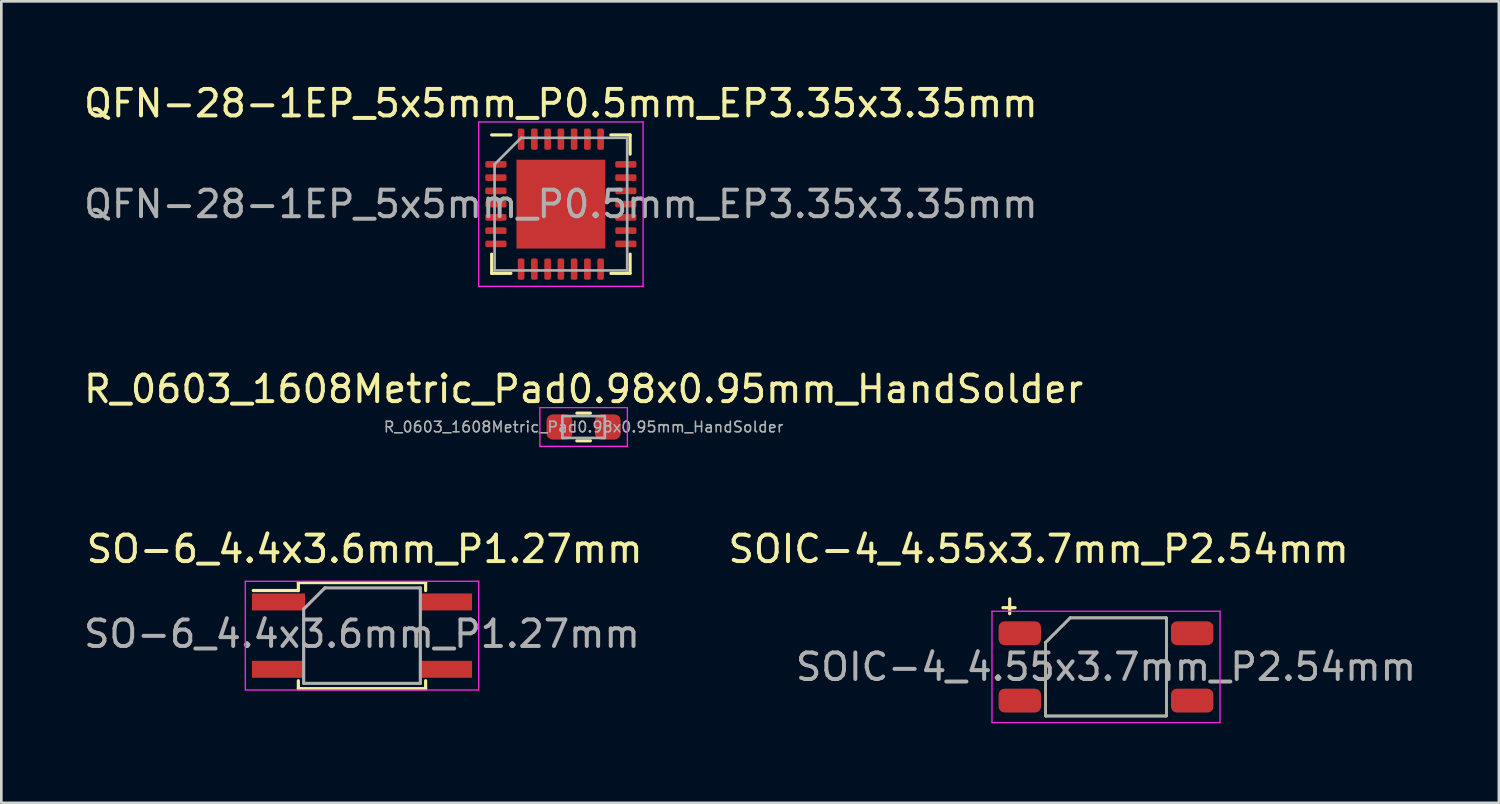
<source format=kicad_pcb>
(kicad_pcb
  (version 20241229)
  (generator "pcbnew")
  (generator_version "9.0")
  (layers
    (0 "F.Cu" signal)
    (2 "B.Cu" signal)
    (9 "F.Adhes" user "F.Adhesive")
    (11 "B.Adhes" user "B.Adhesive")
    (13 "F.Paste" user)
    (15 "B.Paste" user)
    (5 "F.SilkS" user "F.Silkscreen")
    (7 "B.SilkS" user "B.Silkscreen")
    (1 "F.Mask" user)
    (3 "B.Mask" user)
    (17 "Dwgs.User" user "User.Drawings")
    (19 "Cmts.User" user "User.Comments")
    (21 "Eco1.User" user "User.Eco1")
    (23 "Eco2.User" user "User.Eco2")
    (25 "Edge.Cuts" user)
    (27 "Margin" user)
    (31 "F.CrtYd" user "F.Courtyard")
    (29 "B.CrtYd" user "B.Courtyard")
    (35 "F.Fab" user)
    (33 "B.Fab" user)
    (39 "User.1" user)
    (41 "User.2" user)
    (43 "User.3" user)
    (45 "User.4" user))
  (footprint "SOIC-4_4.55x3.7mm_P2.54mm"
    (layer "F.Cu")
    (at 38.658 22.1)
    (property "Reference" "SOIC-4_4.55x3.7mm_P2.54mm" (at -2.54 -4.445 0) (layer "F.SilkS") (effects (font (size 1 1) (thickness 0.15))))
    (attr smd)
    (fp_line (start -3.886 -2.235) (end -3.429 -2.235) (stroke (width 0.12) (type solid)) (layer "F.SilkS"))
    (fp_line (start -3.632 -2.565) (end -3.632 -2.007) (stroke (width 0.12) (type solid)) (layer "F.SilkS"))
    (fp_line (start -2.275 -0.925) (end -1.35 -1.85) (stroke (width 0.1) (type solid)) (layer "F.SilkS"))
    (fp_line (start -2.275 1.85) (end -2.275 -0.925) (stroke (width 0.1) (type solid)) (layer "F.SilkS"))
    (fp_line (start -1.35 -1.85) (end 2.275 -1.85) (stroke (width 0.1) (type solid)) (layer "F.SilkS"))
    (fp_line (start 2.275 -1.85) (end 2.275 1.85) (stroke (width 0.1) (type solid)) (layer "F.SilkS"))
    (fp_line (start 2.275 1.85) (end -2.275 1.85) (stroke (width 0.1) (type solid)) (layer "F.SilkS"))
    (fp_line (start -4.3 -2.1) (end -4.3 2.1) (stroke (width 0.05) (type solid)) (layer "F.CrtYd"))
    (fp_line (start -4.3 2.1) (end 4.3 2.1) (stroke (width 0.05) (type solid)) (layer "F.CrtYd"))
    (fp_line (start 4.3 -2.1) (end -4.3 -2.1) (stroke (width 0.05) (type solid)) (layer "F.CrtYd"))
    (fp_line (start 4.3 2.1) (end 4.3 -2.1) (stroke (width 0.05) (type solid)) (layer "F.CrtYd"))
    (fp_line (start -2.275 -0.925) (end -1.35 -1.85) (stroke (width 0.1) (type solid)) (layer "F.Fab"))
    (fp_line (start -2.275 1.85) (end -2.275 -0.925) (stroke (width 0.1) (type solid)) (layer "F.Fab"))
    (fp_line (start -1.35 -1.85) (end 2.275 -1.85) (stroke (width 0.1) (type solid)) (layer "F.Fab"))
    (fp_line (start 2.275 -1.85) (end 2.275 1.85) (stroke (width 0.1) (type solid)) (layer "F.Fab"))
    (fp_line (start 2.275 1.85) (end -2.275 1.85) (stroke (width 0.1) (type solid)) (layer "F.Fab"))
    (fp_text user "${REFERENCE}" (at 0 0 0) (layer "F.Fab") (effects (font (size 1 1) (thickness 0.15))))
    (pad "1" smd roundrect (at -3.25 -1.27) (size 1.6 0.9) (layers "F.Cu" "F.Mask" "F.Paste") (roundrect_rratio 0.25))
    (pad "2" smd roundrect (at -3.25 1.27) (size 1.6 0.9) (layers "F.Cu" "F.Mask" "F.Paste") (roundrect_rratio 0.25))
    (pad "3" smd roundrect (at 3.25 1.27) (size 1.6 0.9) (layers "F.Cu" "F.Mask" "F.Paste") (roundrect_rratio 0.25))
    (pad "4" smd roundrect (at 3.25 -1.27) (size 1.6 0.9) (layers "F.Cu" "F.Mask" "F.Paste") (roundrect_rratio 0.25)))
  (footprint "QFN-28-1EP_5x5mm_P0.5mm_EP3.35x3.35mm"
    (layer "F.Cu")
    (at 18.101 4.648)
    (property "Reference" "QFN-28-1EP_5x5mm_P0.5mm_EP3.35x3.35mm" (at 0 -3.8 0) (layer "F.SilkS") (effects (font (size 1 1) (thickness 0.15))))
    (attr smd)
    (fp_line (start -2.61 2.61) (end -2.61 1.885) (stroke (width 0.12) (type solid)) (layer "F.SilkS"))
    (fp_line (start -1.885 -2.61) (end -2.61 -2.61) (stroke (width 0.12) (type solid)) (layer "F.SilkS"))
    (fp_line (start -1.885 2.61) (end -2.61 2.61) (stroke (width 0.12) (type solid)) (layer "F.SilkS"))
    (fp_line (start 1.885 -2.61) (end 2.61 -2.61) (stroke (width 0.12) (type solid)) (layer "F.SilkS"))
    (fp_line (start 1.885 2.61) (end 2.61 2.61) (stroke (width 0.12) (type solid)) (layer "F.SilkS"))
    (fp_line (start 2.61 -2.61) (end 2.61 -1.885) (stroke (width 0.12) (type solid)) (layer "F.SilkS"))
    (fp_line (start 2.61 2.61) (end 2.61 1.885) (stroke (width 0.12) (type solid)) (layer "F.SilkS"))
    (fp_line (start -3.1 -3.1) (end -3.1 3.1) (stroke (width 0.05) (type solid)) (layer "F.CrtYd"))
    (fp_line (start -3.1 3.1) (end 3.1 3.1) (stroke (width 0.05) (type solid)) (layer "F.CrtYd"))
    (fp_line (start 3.1 -3.1) (end -3.1 -3.1) (stroke (width 0.05) (type solid)) (layer "F.CrtYd"))
    (fp_line (start 3.1 3.1) (end 3.1 -3.1) (stroke (width 0.05) (type solid)) (layer "F.CrtYd"))
    (fp_line (start -2.5 -1.5) (end -1.5 -2.5) (stroke (width 0.1) (type solid)) (layer "F.Fab"))
    (fp_line (start -2.5 2.5) (end -2.5 -1.5) (stroke (width 0.1) (type solid)) (layer "F.Fab"))
    (fp_line (start -1.5 -2.5) (end 2.5 -2.5) (stroke (width 0.1) (type solid)) (layer "F.Fab"))
    (fp_line (start 2.5 -2.5) (end 2.5 2.5) (stroke (width 0.1) (type solid)) (layer "F.Fab"))
    (fp_line (start 2.5 2.5) (end -2.5 2.5) (stroke (width 0.1) (type solid)) (layer "F.Fab"))
    (fp_text user "${REFERENCE}" (at 0 0 0) (layer "F.Fab") (effects (font (size 1 1) (thickness 0.15))))
    (pad "" smd roundrect (at -1.12 -1.12) (size 0.9 0.9) (layers "F.Paste") (roundrect_rratio 0.25))
    (pad "" smd roundrect (at -1.12 0) (size 0.9 0.9) (layers "F.Paste") (roundrect_rratio 0.25))
    (pad "" smd roundrect (at -1.12 1.12) (size 0.9 0.9) (layers "F.Paste") (roundrect_rratio 0.25))
    (pad "" smd roundrect (at 0 -1.12) (size 0.9 0.9) (layers "F.Paste") (roundrect_rratio 0.25))
    (pad "" smd roundrect (at 0 0) (size 0.9 0.9) (layers "F.Paste") (roundrect_rratio 0.25))
    (pad "" smd roundrect (at 0 1.12) (size 0.9 0.9) (layers "F.Paste") (roundrect_rratio 0.25))
    (pad "" smd roundrect (at 1.12 -1.12) (size 0.9 0.9) (layers "F.Paste") (roundrect_rratio 0.25))
    (pad "" smd roundrect (at 1.12 0) (size 0.9 0.9) (layers "F.Paste") (roundrect_rratio 0.25))
    (pad "" smd roundrect (at 1.12 1.12) (size 0.9 0.9) (layers "F.Paste") (roundrect_rratio 0.25))
    (pad "1" smd roundrect (at -2.45 -1.5) (size 0.8 0.25) (layers "F.Cu" "F.Mask" "F.Paste") (roundrect_rratio 0.25))
    (pad "2" smd roundrect (at -2.45 -1) (size 0.8 0.25) (layers "F.Cu" "F.Mask" "F.Paste") (roundrect_rratio 0.25))
    (pad "3" smd roundrect (at -2.45 -0.5) (size 0.8 0.25) (layers "F.Cu" "F.Mask" "F.Paste") (roundrect_rratio 0.25))
    (pad "4" smd roundrect (at -2.45 0) (size 0.8 0.25) (layers "F.Cu" "F.Mask" "F.Paste") (roundrect_rratio 0.25))
    (pad "5" smd roundrect (at -2.45 0.5) (size 0.8 0.25) (layers "F.Cu" "F.Mask" "F.Paste") (roundrect_rratio 0.25))
    (pad "6" smd roundrect (at -2.45 1) (size 0.8 0.25) (layers "F.Cu" "F.Mask" "F.Paste") (roundrect_rratio 0.25))
    (pad "7" smd roundrect (at -2.45 1.5) (size 0.8 0.25) (layers "F.Cu" "F.Mask" "F.Paste") (roundrect_rratio 0.25))
    (pad "8" smd roundrect (at -1.5 2.45) (size 0.25 0.8) (layers "F.Cu" "F.Mask" "F.Paste") (roundrect_rratio 0.25))
    (pad "9" smd roundrect (at -1 2.45) (size 0.25 0.8) (layers "F.Cu" "F.Mask" "F.Paste") (roundrect_rratio 0.25))
    (pad "10" smd roundrect (at -0.5 2.45) (size 0.25 0.8) (layers "F.Cu" "F.Mask" "F.Paste") (roundrect_rratio 0.25))
    (pad "11" smd roundrect (at 0 2.45) (size 0.25 0.8) (layers "F.Cu" "F.Mask" "F.Paste") (roundrect_rratio 0.25))
    (pad "12" smd roundrect (at 0.5 2.45) (size 0.25 0.8) (layers "F.Cu" "F.Mask" "F.Paste") (roundrect_rratio 0.25))
    (pad "13" smd roundrect (at 1 2.45) (size 0.25 0.8) (layers "F.Cu" "F.Mask" "F.Paste") (roundrect_rratio 0.25))
    (pad "14" smd roundrect (at 1.5 2.45) (size 0.25 0.8) (layers "F.Cu" "F.Mask" "F.Paste") (roundrect_rratio 0.25))
    (pad "15" smd roundrect (at 2.45 1.5) (size 0.8 0.25) (layers "F.Cu" "F.Mask" "F.Paste") (roundrect_rratio 0.25))
    (pad "16" smd roundrect (at 2.45 1) (size 0.8 0.25) (layers "F.Cu" "F.Mask" "F.Paste") (roundrect_rratio 0.25))
    (pad "17" smd roundrect (at 2.45 0.5) (size 0.8 0.25) (layers "F.Cu" "F.Mask" "F.Paste") (roundrect_rratio 0.25))
    (pad "18" smd roundrect (at 2.45 0) (size 0.8 0.25) (layers "F.Cu" "F.Mask" "F.Paste") (roundrect_rratio 0.25))
    (pad "19" smd roundrect (at 2.45 -0.5) (size 0.8 0.25) (layers "F.Cu" "F.Mask" "F.Paste") (roundrect_rratio 0.25))
    (pad "20" smd roundrect (at 2.45 -1) (size 0.8 0.25) (layers "F.Cu" "F.Mask" "F.Paste") (roundrect_rratio 0.25))
    (pad "21" smd roundrect (at 2.45 -1.5) (size 0.8 0.25) (layers "F.Cu" "F.Mask" "F.Paste") (roundrect_rratio 0.25))
    (pad "22" smd roundrect (at 1.5 -2.45) (size 0.25 0.8) (layers "F.Cu" "F.Mask" "F.Paste") (roundrect_rratio 0.25))
    (pad "23" smd roundrect (at 1 -2.45) (size 0.25 0.8) (layers "F.Cu" "F.Mask" "F.Paste") (roundrect_rratio 0.25))
    (pad "24" smd roundrect (at 0.5 -2.45) (size 0.25 0.8) (layers "F.Cu" "F.Mask" "F.Paste") (roundrect_rratio 0.25))
    (pad "25" smd roundrect (at 0 -2.45) (size 0.25 0.8) (layers "F.Cu" "F.Mask" "F.Paste") (roundrect_rratio 0.25))
    (pad "26" smd roundrect (at -0.5 -2.45) (size 0.25 0.8) (layers "F.Cu" "F.Mask" "F.Paste") (roundrect_rratio 0.25))
    (pad "27" smd roundrect (at -1 -2.45) (size 0.25 0.8) (layers "F.Cu" "F.Mask" "F.Paste") (roundrect_rratio 0.25))
    (pad "28" smd roundrect (at -1.5 -2.45) (size 0.25 0.8) (layers "F.Cu" "F.Mask" "F.Paste") (roundrect_rratio 0.25))
    (pad "29" smd rect (at 0 0) (size 3.35 3.35) (layers "F.Cu" "F.Mask")))
  (footprint "R_0603_1608Metric_Pad0.98x0.95mm_HandSolder"
    (layer "F.Cu")
    (at 18.958 13.052)
    (property "Reference" "R_0603_1608Metric_Pad0.98x0.95mm_HandSolder" (at 0 -1.43 0) (layer "F.SilkS") (effects (font (size 1 1) (thickness 0.15))))
    (attr smd)
    (fp_line (start -0.255 -0.522) (end 0.255 -0.522) (stroke (width 0.12) (type solid)) (layer "F.SilkS"))
    (fp_line (start -0.255 0.522) (end 0.255 0.522) (stroke (width 0.12) (type solid)) (layer "F.SilkS"))
    (fp_line (start -1.65 -0.73) (end 1.65 -0.73) (stroke (width 0.05) (type solid)) (layer "F.CrtYd"))
    (fp_line (start -1.65 0.73) (end -1.65 -0.73) (stroke (width 0.05) (type solid)) (layer "F.CrtYd"))
    (fp_line (start 1.65 -0.73) (end 1.65 0.73) (stroke (width 0.05) (type solid)) (layer "F.CrtYd"))
    (fp_line (start 1.65 0.73) (end -1.65 0.73) (stroke (width 0.05) (type solid)) (layer "F.CrtYd"))
    (fp_line (start -0.8 -0.412) (end 0.8 -0.412) (stroke (width 0.1) (type solid)) (layer "F.Fab"))
    (fp_line (start -0.8 0.412) (end -0.8 -0.412) (stroke (width 0.1) (type solid)) (layer "F.Fab"))
    (fp_line (start 0.8 -0.412) (end 0.8 0.412) (stroke (width 0.1) (type solid)) (layer "F.Fab"))
    (fp_line (start 0.8 0.412) (end -0.8 0.412) (stroke (width 0.1) (type solid)) (layer "F.Fab"))
    (fp_text user "${REFERENCE}" (at 0 0 0) (layer "F.Fab") (effects (font (size 0.4 0.4) (thickness 0.06))))
    (pad "1" smd roundrect (at -0.912 0) (size 0.975 0.95) (layers "F.Cu" "F.Mask" "F.Paste") (roundrect_rratio 0.25))
    (pad "2" smd roundrect (at 0.912 0) (size 0.975 0.95) (layers "F.Cu" "F.Mask" "F.Paste") (roundrect_rratio 0.25)))
  (footprint "SO-6_4.4x3.6mm_P1.27mm"
    (layer "F.Cu")
    (at 10.601 20.92)
    (property "Reference" "SO-6_4.4x3.6mm_P1.27mm" (at 0.1 -3.265 0) (layer "F.SilkS") (effects (font (size 1 1) (thickness 0.15))))
    (attr smd)
    (fp_line (start -2.4 -2) (end 2.4 -2) (stroke (width 0.12) (type solid)) (layer "F.SilkS"))
    (fp_line (start -2.4 -1.7) (end -4.1 -1.7) (stroke (width 0.12) (type solid)) (layer "F.SilkS"))
    (fp_line (start -2.4 -1.7) (end -2.4 -2) (stroke (width 0.12) (type solid)) (layer "F.SilkS"))
    (fp_line (start -2.4 2) (end -2.4 1.7) (stroke (width 0.12) (type solid)) (layer "F.SilkS"))
    (fp_line (start 2.4 -2) (end 2.4 -1.7) (stroke (width 0.12) (type solid)) (layer "F.SilkS"))
    (fp_line (start 2.4 1.7) (end 2.4 2) (stroke (width 0.12) (type solid)) (layer "F.SilkS"))
    (fp_line (start 2.4 2) (end -2.4 2) (stroke (width 0.12) (type solid)) (layer "F.SilkS"))
    (fp_line (start -4.4 -2.05) (end -4.4 2.05) (stroke (width 0.05) (type solid)) (layer "F.CrtYd"))
    (fp_line (start -4.4 -2.05) (end 4.4 -2.05) (stroke (width 0.05) (type solid)) (layer "F.CrtYd"))
    (fp_line (start 4.4 2.05) (end -4.4 2.05) (stroke (width 0.05) (type solid)) (layer "F.CrtYd"))
    (fp_line (start 4.4 2.05) (end 4.4 -2.05) (stroke (width 0.05) (type solid)) (layer "F.CrtYd"))
    (fp_line (start -2.2 -1) (end -1.4 -1.8) (stroke (width 0.12) (type solid)) (layer "F.Fab"))
    (fp_line (start -2.2 1.8) (end -2.2 -1) (stroke (width 0.12) (type solid)) (layer "F.Fab"))
    (fp_line (start -1.4 -1.8) (end 2.2 -1.8) (stroke (width 0.12) (type solid)) (layer "F.Fab"))
    (fp_line (start 2.2 -1.8) (end 2.2 1.8) (stroke (width 0.12) (type solid)) (layer "F.Fab"))
    (fp_line (start 2.2 1.8) (end -2.2 1.8) (stroke (width 0.12) (type solid)) (layer "F.Fab"))
    (fp_text user "${REFERENCE}" (at 0 -0.065 0) (layer "F.Fab") (effects (font (size 1 1) (thickness 0.15))))
    (pad "1" smd rect (at -3.15 -1.27) (size 2 0.64) (layers "F.Cu" "F.Mask" "F.Paste"))
    (pad "3" smd rect (at -3.15 1.27) (size 2 0.64) (layers "F.Cu" "F.Mask" "F.Paste"))
    (pad "4" smd rect (at 3.15 1.27) (size 2 0.64) (layers "F.Cu" "F.Mask" "F.Paste"))
    (pad "6" smd rect (at 3.15 -1.27) (size 2 0.64) (layers "F.Cu" "F.Mask" "F.Paste")))
  (gr_rect
    (start -3 -3)
    (end 53.473 27.225)
    (stroke (width 0.1) (type default))
    (fill no)
    (layer "Edge.Cuts")))
</source>
